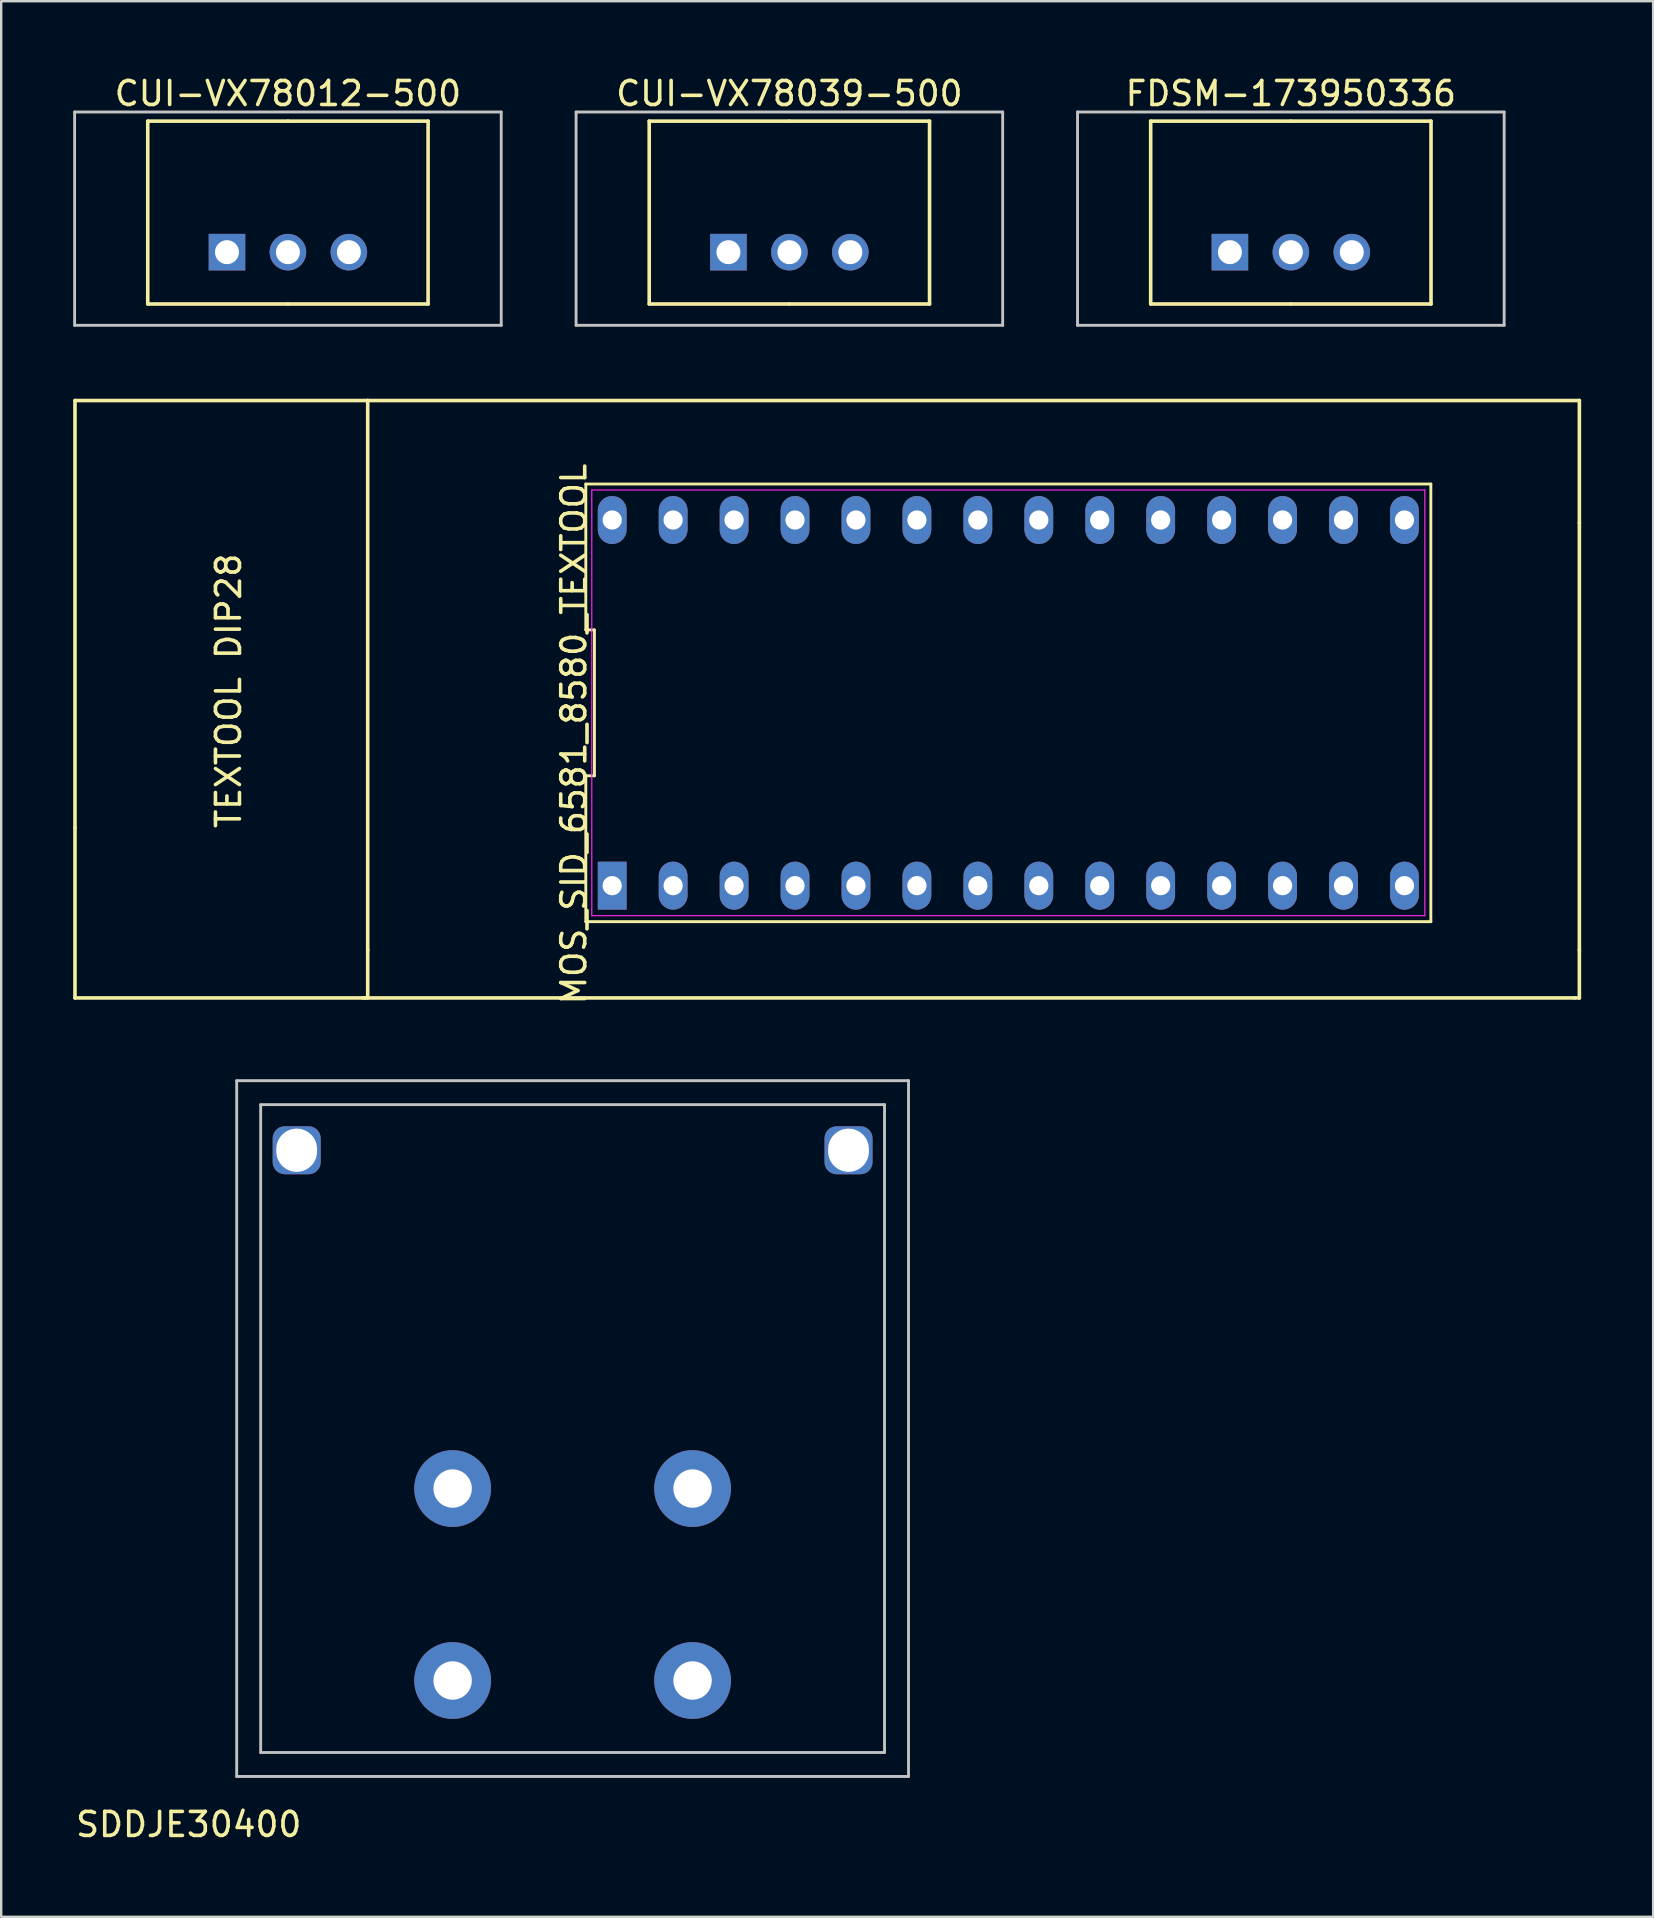
<source format=kicad_pcb>
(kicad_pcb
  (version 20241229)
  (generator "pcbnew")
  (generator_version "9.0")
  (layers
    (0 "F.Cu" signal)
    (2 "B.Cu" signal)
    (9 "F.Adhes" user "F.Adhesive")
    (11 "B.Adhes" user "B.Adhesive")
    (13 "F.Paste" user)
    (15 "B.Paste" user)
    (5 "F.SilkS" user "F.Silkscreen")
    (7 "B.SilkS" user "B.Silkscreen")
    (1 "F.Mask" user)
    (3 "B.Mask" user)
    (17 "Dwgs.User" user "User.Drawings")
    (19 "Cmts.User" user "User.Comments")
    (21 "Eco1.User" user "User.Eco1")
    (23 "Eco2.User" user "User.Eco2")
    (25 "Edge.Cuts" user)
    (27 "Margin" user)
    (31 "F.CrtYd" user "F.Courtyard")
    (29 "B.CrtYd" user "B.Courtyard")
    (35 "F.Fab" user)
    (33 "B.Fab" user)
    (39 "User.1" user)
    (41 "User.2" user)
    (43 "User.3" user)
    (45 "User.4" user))
  (footprint "CUI-VX78039-500"
    (layer "F.Cu")
    (at 29.85 0.348)
    (property "Reference" "CUI-VX78039-500" (at 0 0.5 0) (layer "F.SilkS") (effects (font (size 1 1) (thickness 0.15))))
    (attr through_hole)
    (fp_line (start -5.842 1.651) (end 0 1.651) (stroke (width 0.15) (type solid)) (layer "F.SilkS"))
    (fp_line (start -5.842 9.271) (end -5.842 1.651) (stroke (width 0.15) (type solid)) (layer "F.SilkS"))
    (fp_line (start 0 1.651) (end 5.842 1.651) (stroke (width 0.15) (type solid)) (layer "F.SilkS"))
    (fp_line (start 0 9.271) (end -5.842 9.271) (stroke (width 0.15) (type solid)) (layer "F.SilkS"))
    (fp_line (start 5.842 1.651) (end 5.842 9.271) (stroke (width 0.15) (type solid)) (layer "F.SilkS"))
    (fp_line (start 5.842 9.271) (end 0 9.271) (stroke (width 0.15) (type solid)) (layer "F.SilkS"))
    (fp_line (start -8.89 1.27) (end -8.89 10.16) (stroke (width 0.12) (type solid)) (layer "Dwgs.User"))
    (fp_line (start -8.89 10.16) (end 8.89 10.16) (stroke (width 0.12) (type solid)) (layer "Dwgs.User"))
    (fp_line (start 8.89 1.27) (end -8.89 1.27) (stroke (width 0.12) (type solid)) (layer "Dwgs.User"))
    (fp_line (start 8.89 10.16) (end 8.89 1.27) (stroke (width 0.12) (type solid)) (layer "Dwgs.User"))
    (pad "1" thru_hole rect (at -2.54 7.112) (size 1.524 1.524) (drill 1) (layers "*.Cu" "*.Mask"))
    (pad "2" thru_hole circle (at 0 7.112) (size 1.524 1.524) (drill 1) (layers "*.Cu" "*.Mask"))
    (pad "3" thru_hole circle (at 2.54 7.112) (size 1.524 1.524) (drill 1) (layers "*.Cu" "*.Mask")))
  (footprint "MOS_SID_6581_8580_TEXTOOL"
    (layer "F.Cu")
    (at 39.475 27.543)
    (property "Reference" "MOS_SID_6581_8580_TEXTOOL" (at -18.61 0 90) (layer "F.SilkS") (effects (font (size 1 1) (thickness 0.15))))
    (attr through_hole)
    (fp_line (start -39.4 -13.9) (end -39.4 3.9) (stroke (width 0.15) (type solid)) (layer "F.SilkS"))
    (fp_line (start -39.4 3.9) (end -39.4 11) (stroke (width 0.15) (type solid)) (layer "F.SilkS"))
    (fp_line (start -27.3 11) (end -39.4 11) (stroke (width 0.15) (type solid)) (layer "F.SilkS"))
    (fp_line (start -27.2 -13.9) (end -39.4 -13.9) (stroke (width 0.15) (type solid)) (layer "F.SilkS"))
    (fp_line (start -27.2 -13.9) (end 23.3 -13.9) (stroke (width 0.15) (type solid)) (layer "F.SilkS"))
    (fp_line (start -27.2 9) (end -27.2 -13.9) (stroke (width 0.15) (type solid)) (layer "F.SilkS"))
    (fp_line (start -27.2 9) (end -27.2 11) (stroke (width 0.15) (type solid)) (layer "F.SilkS"))
    (fp_line (start -18.11 -10.42) (end -18.11 -4.34) (stroke (width 0.12) (type solid)) (layer "F.SilkS"))
    (fp_line (start -18.11 -4.34) (end -17.75 -4.34) (stroke (width 0.12) (type solid)) (layer "F.SilkS"))
    (fp_line (start -18.11 1.74) (end -18.11 7.82) (stroke (width 0.12) (type solid)) (layer "F.SilkS"))
    (fp_line (start -18.11 7.82) (end 17.11 7.82) (stroke (width 0.12) (type solid)) (layer "F.SilkS"))
    (fp_line (start -17.75 -4.34) (end -17.75 1.74) (stroke (width 0.12) (type solid)) (layer "F.SilkS"))
    (fp_line (start -17.75 1.74) (end -18.11 1.74) (stroke (width 0.12) (type solid)) (layer "F.SilkS"))
    (fp_line (start 17.11 -10.42) (end -18.11 -10.42) (stroke (width 0.12) (type solid)) (layer "F.SilkS"))
    (fp_line (start 17.11 7.82) (end 17.11 -10.42) (stroke (width 0.12) (type solid)) (layer "F.SilkS"))
    (fp_line (start 23.1 11) (end -27.4 11) (stroke (width 0.15) (type solid)) (layer "F.SilkS"))
    (fp_line (start 23.3 -8.8) (end 23.3 -13.9) (stroke (width 0.15) (type solid)) (layer "F.SilkS"))
    (fp_line (start 23.3 -8.8) (end 23.3 9) (stroke (width 0.15) (type solid)) (layer "F.SilkS"))
    (fp_line (start 23.3 9) (end 23.3 11) (stroke (width 0.15) (type solid)) (layer "F.SilkS"))
    (fp_line (start 23.3 11) (end 23.1 11) (stroke (width 0.15) (type solid)) (layer "F.SilkS"))
    (fp_line (start -17.86 -10.17) (end 16.86 -10.17) (stroke (width 0.05) (type solid)) (layer "F.CrtYd"))
    (fp_line (start -17.86 7.57) (end -17.86 -10.17) (stroke (width 0.05) (type solid)) (layer "F.CrtYd"))
    (fp_line (start 16.86 -10.17) (end 16.86 7.57) (stroke (width 0.05) (type solid)) (layer "F.CrtYd"))
    (fp_line (start 16.86 7.57) (end -17.86 7.57) (stroke (width 0.05) (type solid)) (layer "F.CrtYd"))
    (fp_text user "TEXTOOL DIP28" (at -33 -1.8 90) (layer "F.SilkS") (effects (font (size 1 1) (thickness 0.15))))
    (pad "1" thru_hole rect (at -17.01 6.32) (size 1.2 2) (drill 0.8) (layers "*.Cu" "*.Mask"))
    (pad "2" thru_hole oval (at -14.47 6.32) (size 1.2 2) (drill 0.8) (layers "*.Cu" "*.Mask"))
    (pad "3" thru_hole oval (at -11.93 6.32) (size 1.2 2) (drill 0.8) (layers "*.Cu" "*.Mask"))
    (pad "4" thru_hole oval (at -9.39 6.32) (size 1.2 2) (drill 0.8) (layers "*.Cu" "*.Mask"))
    (pad "5" thru_hole oval (at -6.85 6.32) (size 1.2 2) (drill 0.8) (layers "*.Cu" "*.Mask"))
    (pad "6" thru_hole oval (at -4.31 6.32) (size 1.2 2) (drill 0.8) (layers "*.Cu" "*.Mask"))
    (pad "7" thru_hole oval (at -1.77 6.32) (size 1.2 2) (drill 0.8) (layers "*.Cu" "*.Mask"))
    (pad "8" thru_hole oval (at 0.77 6.32) (size 1.2 2) (drill 0.8) (layers "*.Cu" "*.Mask"))
    (pad "9" thru_hole oval (at 3.31 6.32) (size 1.2 2) (drill 0.8) (layers "*.Cu" "*.Mask"))
    (pad "10" thru_hole oval (at 5.85 6.32) (size 1.2 2) (drill 0.8) (layers "*.Cu" "*.Mask"))
    (pad "11" thru_hole oval (at 8.39 6.32) (size 1.2 2) (drill 0.8) (layers "*.Cu" "*.Mask"))
    (pad "12" thru_hole oval (at 10.93 6.32) (size 1.2 2) (drill 0.8) (layers "*.Cu" "*.Mask"))
    (pad "13" thru_hole oval (at 13.47 6.32) (size 1.2 2) (drill 0.8) (layers "*.Cu" "*.Mask"))
    (pad "14" thru_hole oval (at 16.01 6.32) (size 1.2 2) (drill 0.8) (layers "*.Cu" "*.Mask"))
    (pad "15" thru_hole oval (at 16.01 -8.92) (size 1.2 2) (drill 0.8) (layers "*.Cu" "*.Mask"))
    (pad "16" thru_hole oval (at 13.47 -8.92) (size 1.2 2) (drill 0.8) (layers "*.Cu" "*.Mask"))
    (pad "17" thru_hole oval (at 10.93 -8.92) (size 1.2 2) (drill 0.8) (layers "*.Cu" "*.Mask"))
    (pad "18" thru_hole oval (at 8.39 -8.92) (size 1.2 2) (drill 0.8) (layers "*.Cu" "*.Mask"))
    (pad "19" thru_hole oval (at 5.85 -8.92) (size 1.2 2) (drill 0.8) (layers "*.Cu" "*.Mask"))
    (pad "20" thru_hole oval (at 3.31 -8.92) (size 1.2 2) (drill 0.8) (layers "*.Cu" "*.Mask"))
    (pad "21" thru_hole oval (at 0.77 -8.92) (size 1.2 2) (drill 0.8) (layers "*.Cu" "*.Mask"))
    (pad "22" thru_hole oval (at -1.77 -8.92) (size 1.2 2) (drill 0.8) (layers "*.Cu" "*.Mask"))
    (pad "23" thru_hole oval (at -4.31 -8.92) (size 1.2 2) (drill 0.8) (layers "*.Cu" "*.Mask"))
    (pad "24" thru_hole oval (at -6.85 -8.92) (size 1.2 2) (drill 0.8) (layers "*.Cu" "*.Mask"))
    (pad "25" thru_hole oval (at -9.39 -8.92) (size 1.2 2) (drill 0.8) (layers "*.Cu" "*.Mask"))
    (pad "26" thru_hole oval (at -11.93 -8.92) (size 1.2 2) (drill 0.8) (layers "*.Cu" "*.Mask"))
    (pad "27" thru_hole oval (at -14.47 -8.92) (size 1.2 2) (drill 0.8) (layers "*.Cu" "*.Mask"))
    (pad "28" thru_hole oval (at -17.01 -8.92) (size 1.2 2) (drill 0.8) (layers "*.Cu" "*.Mask")))
  (footprint "FDSM-173950336"
    (layer "F.Cu")
    (at 50.75 0.348)
    (property "Reference" "FDSM-173950336" (at 0 0.5 0) (layer "F.SilkS") (effects (font (size 1 1) (thickness 0.15))))
    (attr through_hole)
    (fp_line (start -5.842 1.651) (end 0 1.651) (stroke (width 0.15) (type solid)) (layer "F.SilkS"))
    (fp_line (start -5.842 9.271) (end -5.842 1.651) (stroke (width 0.15) (type solid)) (layer "F.SilkS"))
    (fp_line (start 0 1.651) (end 5.842 1.651) (stroke (width 0.15) (type solid)) (layer "F.SilkS"))
    (fp_line (start 0 9.271) (end -5.842 9.271) (stroke (width 0.15) (type solid)) (layer "F.SilkS"))
    (fp_line (start 5.842 1.651) (end 5.842 9.271) (stroke (width 0.15) (type solid)) (layer "F.SilkS"))
    (fp_line (start 5.842 9.271) (end 0 9.271) (stroke (width 0.15) (type solid)) (layer "F.SilkS"))
    (fp_line (start -8.89 1.27) (end -8.89 10.16) (stroke (width 0.12) (type solid)) (layer "Dwgs.User"))
    (fp_line (start -8.89 10.16) (end 8.89 10.16) (stroke (width 0.12) (type solid)) (layer "Dwgs.User"))
    (fp_line (start 8.89 1.27) (end -8.89 1.27) (stroke (width 0.12) (type solid)) (layer "Dwgs.User"))
    (fp_line (start 8.89 10.16) (end 8.89 1.27) (stroke (width 0.12) (type solid)) (layer "Dwgs.User"))
    (pad "1" thru_hole rect (at -2.54 7.112) (size 1.524 1.524) (drill 1) (layers "*.Cu" "*.Mask"))
    (pad "2" thru_hole circle (at 0 7.112) (size 1.524 1.524) (drill 1) (layers "*.Cu" "*.Mask"))
    (pad "3" thru_hole circle (at 2.54 7.112) (size 1.524 1.524) (drill 1) (layers "*.Cu" "*.Mask")))
  (footprint "CUI-VX78012-500"
    (layer "F.Cu")
    (at 8.95 0.348)
    (property "Reference" "CUI-VX78012-500" (at 0 0.5 0) (layer "F.SilkS") (effects (font (size 1 1) (thickness 0.15))))
    (attr through_hole)
    (fp_line (start -5.842 1.651) (end 0 1.651) (stroke (width 0.15) (type solid)) (layer "F.SilkS"))
    (fp_line (start -5.842 9.271) (end -5.842 1.651) (stroke (width 0.15) (type solid)) (layer "F.SilkS"))
    (fp_line (start 0 1.651) (end 5.842 1.651) (stroke (width 0.15) (type solid)) (layer "F.SilkS"))
    (fp_line (start 0 9.271) (end -5.842 9.271) (stroke (width 0.15) (type solid)) (layer "F.SilkS"))
    (fp_line (start 5.842 1.651) (end 5.842 9.271) (stroke (width 0.15) (type solid)) (layer "F.SilkS"))
    (fp_line (start 5.842 9.271) (end 0 9.271) (stroke (width 0.15) (type solid)) (layer "F.SilkS"))
    (fp_line (start -8.89 1.27) (end -8.89 10.16) (stroke (width 0.12) (type solid)) (layer "Dwgs.User"))
    (fp_line (start -8.89 10.16) (end 8.89 10.16) (stroke (width 0.12) (type solid)) (layer "Dwgs.User"))
    (fp_line (start 8.89 1.27) (end -8.89 1.27) (stroke (width 0.12) (type solid)) (layer "Dwgs.User"))
    (fp_line (start 8.89 10.16) (end 8.89 1.27) (stroke (width 0.12) (type solid)) (layer "Dwgs.User"))
    (pad "1" thru_hole rect (at -2.54 7.112) (size 1.524 1.524) (drill 1) (layers "*.Cu" "*.Mask"))
    (pad "2" thru_hole circle (at 0 7.112) (size 1.524 1.524) (drill 1) (layers "*.Cu" "*.Mask"))
    (pad "3" thru_hole circle (at 2.54 7.112) (size 1.524 1.524) (drill 1) (layers "*.Cu" "*.Mask")))
  (footprint "SDDJE30400"
    (layer "F.Cu")
    (at 20.815 56.99)
    (property "Reference" "SDDJE30400" (at -16 16 0) (layer "F.SilkS") (effects (font (size 1 1) (thickness 0.15))))
    (attr through_hole)
    (fp_line (start -14 -15) (end 14 -15) (stroke (width 0.12) (type solid)) (layer "Dwgs.User"))
    (fp_line (start -14 14) (end -14 -15) (stroke (width 0.12) (type solid)) (layer "Dwgs.User"))
    (fp_line (start -13 -14) (end 13 -14) (stroke (width 0.12) (type solid)) (layer "Dwgs.User"))
    (fp_line (start -13 13) (end -13 -14) (stroke (width 0.12) (type solid)) (layer "Dwgs.User"))
    (fp_line (start 13 -14) (end 13 13) (stroke (width 0.12) (type solid)) (layer "Dwgs.User"))
    (fp_line (start 13 13) (end -13 13) (stroke (width 0.12) (type solid)) (layer "Dwgs.User"))
    (fp_line (start 14 -15) (end 14 14) (stroke (width 0.12) (type solid)) (layer "Dwgs.User"))
    (fp_line (start 14 14) (end -14 14) (stroke (width 0.12) (type solid)) (layer "Dwgs.User"))
    (pad "1" thru_hole circle (at -5 10) (size 3.2 3.2) (drill 1.6) (layers "*.Cu" "*.Mask"))
    (pad "2" thru_hole circle (at 5 10) (size 3.2 3.2) (drill 1.6) (layers "*.Cu" "*.Mask"))
    (pad "3" thru_hole circle (at -5 2) (size 3.2 3.2) (drill 1.6) (layers "*.Cu" "*.Mask"))
    (pad "4" thru_hole circle (at 5 2) (size 3.2 3.2) (drill 1.6) (layers "*.Cu" "*.Mask"))
    (pad "5" thru_hole roundrect (at 11.5 -12.1) (size 2 2) (drill oval 1.7 1.8) (layers "*.Cu" "*.Mask") (roundrect_rratio 0.25))
    (pad "6" thru_hole roundrect (at -11.5 -12.1) (size 2 2) (drill oval 1.7 1.8) (layers "*.Cu" "*.Mask") (roundrect_rratio 0.25)))
  (gr_rect
    (start -3 -3)
    (end 65.85 76.838)
    (stroke (width 0.1) (type default))
    (fill no)
    (layer "Edge.Cuts")))
</source>
